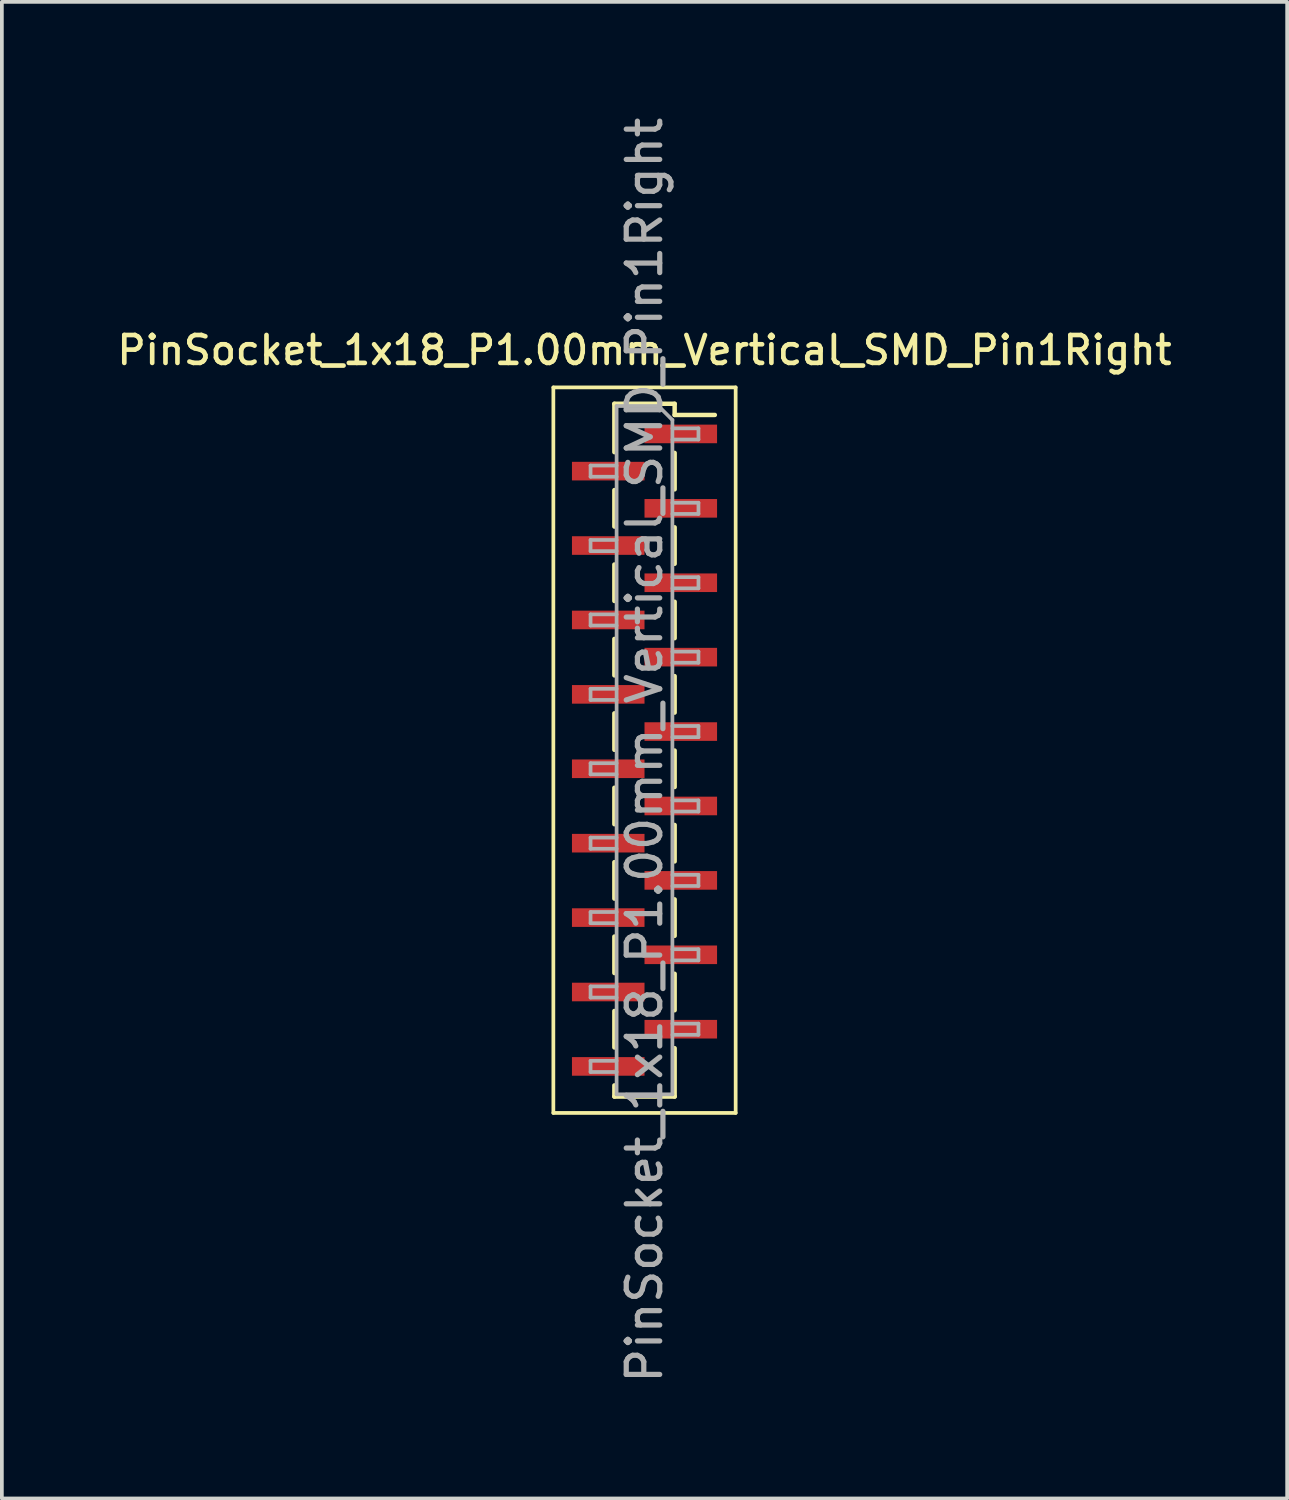
<source format=kicad_pcb>
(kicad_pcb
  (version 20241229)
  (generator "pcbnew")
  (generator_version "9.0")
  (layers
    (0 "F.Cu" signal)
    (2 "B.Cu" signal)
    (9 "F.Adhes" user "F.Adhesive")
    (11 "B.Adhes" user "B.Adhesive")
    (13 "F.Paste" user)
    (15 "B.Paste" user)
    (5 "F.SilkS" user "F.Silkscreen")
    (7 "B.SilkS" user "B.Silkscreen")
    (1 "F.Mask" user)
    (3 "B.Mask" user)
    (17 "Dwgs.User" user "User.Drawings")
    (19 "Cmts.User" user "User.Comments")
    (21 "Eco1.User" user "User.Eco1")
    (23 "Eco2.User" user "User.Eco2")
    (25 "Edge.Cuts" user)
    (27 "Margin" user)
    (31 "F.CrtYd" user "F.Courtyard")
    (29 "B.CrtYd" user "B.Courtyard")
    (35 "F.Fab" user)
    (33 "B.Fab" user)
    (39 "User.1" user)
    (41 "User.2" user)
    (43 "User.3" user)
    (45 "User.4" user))
  (footprint "PinSocket_1x18_P1.00mm_Vertical_SMD_Pin1Right"
    (layer "F.Cu")
    (at 14.273 17.113)
    (property "Reference" "PinSocket_1x18_P1.00mm_Vertical_SMD_Pin1Right" (at 0 -10.75 0) (layer "F.SilkS") (effects (font (size 0.75 0.75) (thickness 0.125))))
    (attr smd)
    (fp_line (start -2.45 -9.75) (end 2.45 -9.75) (stroke (width 0.1) (type solid)) (layer "F.SilkS"))
    (fp_line (start -2.45 9.75) (end -2.45 -9.75) (stroke (width 0.1) (type solid)) (layer "F.SilkS"))
    (fp_line (start -0.81 -9.31) (end -0.81 -8.01) (stroke (width 0.12) (type solid)) (layer "F.SilkS"))
    (fp_line (start -0.81 -9.31) (end 0.81 -9.31) (stroke (width 0.12) (type solid)) (layer "F.SilkS"))
    (fp_line (start -0.81 -6.99) (end -0.81 -6.01) (stroke (width 0.12) (type solid)) (layer "F.SilkS"))
    (fp_line (start -0.81 -4.99) (end -0.81 -4.01) (stroke (width 0.12) (type solid)) (layer "F.SilkS"))
    (fp_line (start -0.81 -2.99) (end -0.81 -2.01) (stroke (width 0.12) (type solid)) (layer "F.SilkS"))
    (fp_line (start -0.81 -0.99) (end -0.81 -0.01) (stroke (width 0.12) (type solid)) (layer "F.SilkS"))
    (fp_line (start -0.81 1.01) (end -0.81 1.99) (stroke (width 0.12) (type solid)) (layer "F.SilkS"))
    (fp_line (start -0.81 3.01) (end -0.81 3.99) (stroke (width 0.12) (type solid)) (layer "F.SilkS"))
    (fp_line (start -0.81 5.01) (end -0.81 5.99) (stroke (width 0.12) (type solid)) (layer "F.SilkS"))
    (fp_line (start -0.81 7.01) (end -0.81 7.99) (stroke (width 0.12) (type solid)) (layer "F.SilkS"))
    (fp_line (start -0.81 9.01) (end -0.81 9.31) (stroke (width 0.12) (type solid)) (layer "F.SilkS"))
    (fp_line (start -0.81 9.31) (end 0.81 9.31) (stroke (width 0.12) (type solid)) (layer "F.SilkS"))
    (fp_line (start 0.81 -9.31) (end 0.81 -9.01) (stroke (width 0.12) (type solid)) (layer "F.SilkS"))
    (fp_line (start 0.81 -9.01) (end 1.89 -9.01) (stroke (width 0.12) (type solid)) (layer "F.SilkS"))
    (fp_line (start 0.81 -7.99) (end 0.81 -7.01) (stroke (width 0.12) (type solid)) (layer "F.SilkS"))
    (fp_line (start 0.81 -5.99) (end 0.81 -5.01) (stroke (width 0.12) (type solid)) (layer "F.SilkS"))
    (fp_line (start 0.81 -3.99) (end 0.81 -3.01) (stroke (width 0.12) (type solid)) (layer "F.SilkS"))
    (fp_line (start 0.81 -1.99) (end 0.81 -1.01) (stroke (width 0.12) (type solid)) (layer "F.SilkS"))
    (fp_line (start 0.81 0.01) (end 0.81 0.99) (stroke (width 0.12) (type solid)) (layer "F.SilkS"))
    (fp_line (start 0.81 2.01) (end 0.81 2.99) (stroke (width 0.12) (type solid)) (layer "F.SilkS"))
    (fp_line (start 0.81 4.01) (end 0.81 4.99) (stroke (width 0.12) (type solid)) (layer "F.SilkS"))
    (fp_line (start 0.81 6.01) (end 0.81 6.99) (stroke (width 0.12) (type solid)) (layer "F.SilkS"))
    (fp_line (start 0.81 8.01) (end 0.81 9.31) (stroke (width 0.12) (type solid)) (layer "F.SilkS"))
    (fp_line (start 2.45 -9.75) (end 2.45 9.75) (stroke (width 0.1) (type solid)) (layer "F.SilkS"))
    (fp_line (start 2.45 9.75) (end -2.45 9.75) (stroke (width 0.1) (type solid)) (layer "F.SilkS"))
    (fp_line (start -1.45 -7.65) (end -0.75 -7.65) (stroke (width 0.1) (type solid)) (layer "F.Fab"))
    (fp_line (start -1.45 -7.35) (end -1.45 -7.65) (stroke (width 0.1) (type solid)) (layer "F.Fab"))
    (fp_line (start -1.45 -5.65) (end -0.75 -5.65) (stroke (width 0.1) (type solid)) (layer "F.Fab"))
    (fp_line (start -1.45 -5.35) (end -1.45 -5.65) (stroke (width 0.1) (type solid)) (layer "F.Fab"))
    (fp_line (start -1.45 -3.65) (end -0.75 -3.65) (stroke (width 0.1) (type solid)) (layer "F.Fab"))
    (fp_line (start -1.45 -3.35) (end -1.45 -3.65) (stroke (width 0.1) (type solid)) (layer "F.Fab"))
    (fp_line (start -1.45 -1.65) (end -0.75 -1.65) (stroke (width 0.1) (type solid)) (layer "F.Fab"))
    (fp_line (start -1.45 -1.35) (end -1.45 -1.65) (stroke (width 0.1) (type solid)) (layer "F.Fab"))
    (fp_line (start -1.45 0.35) (end -0.75 0.35) (stroke (width 0.1) (type solid)) (layer "F.Fab"))
    (fp_line (start -1.45 0.65) (end -1.45 0.35) (stroke (width 0.1) (type solid)) (layer "F.Fab"))
    (fp_line (start -1.45 2.35) (end -0.75 2.35) (stroke (width 0.1) (type solid)) (layer "F.Fab"))
    (fp_line (start -1.45 2.65) (end -1.45 2.35) (stroke (width 0.1) (type solid)) (layer "F.Fab"))
    (fp_line (start -1.45 4.35) (end -0.75 4.35) (stroke (width 0.1) (type solid)) (layer "F.Fab"))
    (fp_line (start -1.45 4.65) (end -1.45 4.35) (stroke (width 0.1) (type solid)) (layer "F.Fab"))
    (fp_line (start -1.45 6.35) (end -0.75 6.35) (stroke (width 0.1) (type solid)) (layer "F.Fab"))
    (fp_line (start -1.45 6.65) (end -1.45 6.35) (stroke (width 0.1) (type solid)) (layer "F.Fab"))
    (fp_line (start -1.45 8.35) (end -0.75 8.35) (stroke (width 0.1) (type solid)) (layer "F.Fab"))
    (fp_line (start -1.45 8.65) (end -1.45 8.35) (stroke (width 0.1) (type solid)) (layer "F.Fab"))
    (fp_line (start -0.75 -9.25) (end 0.375 -9.25) (stroke (width 0.1) (type solid)) (layer "F.Fab"))
    (fp_line (start -0.75 -7.35) (end -1.45 -7.35) (stroke (width 0.1) (type solid)) (layer "F.Fab"))
    (fp_line (start -0.75 -5.35) (end -1.45 -5.35) (stroke (width 0.1) (type solid)) (layer "F.Fab"))
    (fp_line (start -0.75 -3.35) (end -1.45 -3.35) (stroke (width 0.1) (type solid)) (layer "F.Fab"))
    (fp_line (start -0.75 -1.35) (end -1.45 -1.35) (stroke (width 0.1) (type solid)) (layer "F.Fab"))
    (fp_line (start -0.75 0.65) (end -1.45 0.65) (stroke (width 0.1) (type solid)) (layer "F.Fab"))
    (fp_line (start -0.75 2.65) (end -1.45 2.65) (stroke (width 0.1) (type solid)) (layer "F.Fab"))
    (fp_line (start -0.75 4.65) (end -1.45 4.65) (stroke (width 0.1) (type solid)) (layer "F.Fab"))
    (fp_line (start -0.75 6.65) (end -1.45 6.65) (stroke (width 0.1) (type solid)) (layer "F.Fab"))
    (fp_line (start -0.75 8.65) (end -1.45 8.65) (stroke (width 0.1) (type solid)) (layer "F.Fab"))
    (fp_line (start -0.75 9.25) (end -0.75 -9.25) (stroke (width 0.1) (type solid)) (layer "F.Fab"))
    (fp_line (start 0.375 -9.25) (end 0.75 -8.875) (stroke (width 0.1) (type solid)) (layer "F.Fab"))
    (fp_line (start 0.75 -8.875) (end 0.75 9.25) (stroke (width 0.1) (type solid)) (layer "F.Fab"))
    (fp_line (start 0.75 -8.65) (end 1.45 -8.65) (stroke (width 0.1) (type solid)) (layer "F.Fab"))
    (fp_line (start 0.75 -6.65) (end 1.45 -6.65) (stroke (width 0.1) (type solid)) (layer "F.Fab"))
    (fp_line (start 0.75 -4.65) (end 1.45 -4.65) (stroke (width 0.1) (type solid)) (layer "F.Fab"))
    (fp_line (start 0.75 -2.65) (end 1.45 -2.65) (stroke (width 0.1) (type solid)) (layer "F.Fab"))
    (fp_line (start 0.75 -0.65) (end 1.45 -0.65) (stroke (width 0.1) (type solid)) (layer "F.Fab"))
    (fp_line (start 0.75 1.35) (end 1.45 1.35) (stroke (width 0.1) (type solid)) (layer "F.Fab"))
    (fp_line (start 0.75 3.35) (end 1.45 3.35) (stroke (width 0.1) (type solid)) (layer "F.Fab"))
    (fp_line (start 0.75 5.35) (end 1.45 5.35) (stroke (width 0.1) (type solid)) (layer "F.Fab"))
    (fp_line (start 0.75 7.35) (end 1.45 7.35) (stroke (width 0.1) (type solid)) (layer "F.Fab"))
    (fp_line (start 0.75 9.25) (end -0.75 9.25) (stroke (width 0.1) (type solid)) (layer "F.Fab"))
    (fp_line (start 1.45 -8.65) (end 1.45 -8.35) (stroke (width 0.1) (type solid)) (layer "F.Fab"))
    (fp_line (start 1.45 -8.35) (end 0.75 -8.35) (stroke (width 0.1) (type solid)) (layer "F.Fab"))
    (fp_line (start 1.45 -6.65) (end 1.45 -6.35) (stroke (width 0.1) (type solid)) (layer "F.Fab"))
    (fp_line (start 1.45 -6.35) (end 0.75 -6.35) (stroke (width 0.1) (type solid)) (layer "F.Fab"))
    (fp_line (start 1.45 -4.65) (end 1.45 -4.35) (stroke (width 0.1) (type solid)) (layer "F.Fab"))
    (fp_line (start 1.45 -4.35) (end 0.75 -4.35) (stroke (width 0.1) (type solid)) (layer "F.Fab"))
    (fp_line (start 1.45 -2.65) (end 1.45 -2.35) (stroke (width 0.1) (type solid)) (layer "F.Fab"))
    (fp_line (start 1.45 -2.35) (end 0.75 -2.35) (stroke (width 0.1) (type solid)) (layer "F.Fab"))
    (fp_line (start 1.45 -0.65) (end 1.45 -0.35) (stroke (width 0.1) (type solid)) (layer "F.Fab"))
    (fp_line (start 1.45 -0.35) (end 0.75 -0.35) (stroke (width 0.1) (type solid)) (layer "F.Fab"))
    (fp_line (start 1.45 1.35) (end 1.45 1.65) (stroke (width 0.1) (type solid)) (layer "F.Fab"))
    (fp_line (start 1.45 1.65) (end 0.75 1.65) (stroke (width 0.1) (type solid)) (layer "F.Fab"))
    (fp_line (start 1.45 3.35) (end 1.45 3.65) (stroke (width 0.1) (type solid)) (layer "F.Fab"))
    (fp_line (start 1.45 3.65) (end 0.75 3.65) (stroke (width 0.1) (type solid)) (layer "F.Fab"))
    (fp_line (start 1.45 5.35) (end 1.45 5.65) (stroke (width 0.1) (type solid)) (layer "F.Fab"))
    (fp_line (start 1.45 5.65) (end 0.75 5.65) (stroke (width 0.1) (type solid)) (layer "F.Fab"))
    (fp_line (start 1.45 7.35) (end 1.45 7.65) (stroke (width 0.1) (type solid)) (layer "F.Fab"))
    (fp_line (start 1.45 7.65) (end 0.75 7.65) (stroke (width 0.1) (type solid)) (layer "F.Fab"))
    (fp_text user "${REFERENCE}" (at 0 0 90) (layer "F.Fab") (effects (font (size 0.9 0.9) (thickness 0.14))))
    (pad "1" smd rect (at 0.975 -8.5) (size 1.95 0.5) (layers "F.Cu" "F.Mask" "F.Paste"))
    (pad "2" smd rect (at -0.975 -7.5) (size 1.95 0.5) (layers "F.Cu" "F.Mask" "F.Paste"))
    (pad "3" smd rect (at 0.975 -6.5) (size 1.95 0.5) (layers "F.Cu" "F.Mask" "F.Paste"))
    (pad "4" smd rect (at -0.975 -5.5) (size 1.95 0.5) (layers "F.Cu" "F.Mask" "F.Paste"))
    (pad "5" smd rect (at 0.975 -4.5) (size 1.95 0.5) (layers "F.Cu" "F.Mask" "F.Paste"))
    (pad "6" smd rect (at -0.975 -3.5) (size 1.95 0.5) (layers "F.Cu" "F.Mask" "F.Paste"))
    (pad "7" smd rect (at 0.975 -2.5) (size 1.95 0.5) (layers "F.Cu" "F.Mask" "F.Paste"))
    (pad "8" smd rect (at -0.975 -1.5) (size 1.95 0.5) (layers "F.Cu" "F.Mask" "F.Paste"))
    (pad "9" smd rect (at 0.975 -0.5) (size 1.95 0.5) (layers "F.Cu" "F.Mask" "F.Paste"))
    (pad "10" smd rect (at -0.975 0.5) (size 1.95 0.5) (layers "F.Cu" "F.Mask" "F.Paste"))
    (pad "11" smd rect (at 0.975 1.5) (size 1.95 0.5) (layers "F.Cu" "F.Mask" "F.Paste"))
    (pad "12" smd rect (at -0.975 2.5) (size 1.95 0.5) (layers "F.Cu" "F.Mask" "F.Paste"))
    (pad "13" smd rect (at 0.975 3.5) (size 1.95 0.5) (layers "F.Cu" "F.Mask" "F.Paste"))
    (pad "14" smd rect (at -0.975 4.5) (size 1.95 0.5) (layers "F.Cu" "F.Mask" "F.Paste"))
    (pad "15" smd rect (at 0.975 5.5) (size 1.95 0.5) (layers "F.Cu" "F.Mask" "F.Paste"))
    (pad "16" smd rect (at -0.975 6.5) (size 1.95 0.5) (layers "F.Cu" "F.Mask" "F.Paste"))
    (pad "17" smd rect (at 0.975 7.5) (size 1.95 0.5) (layers "F.Cu" "F.Mask" "F.Paste"))
    (pad "18" smd rect (at -0.975 8.5) (size 1.95 0.5) (layers "F.Cu" "F.Mask" "F.Paste")))
  (gr_rect
    (start -3 -3)
    (end 31.546 37.226)
    (stroke (width 0.1) (type default))
    (fill no)
    (layer "Edge.Cuts")))
</source>
